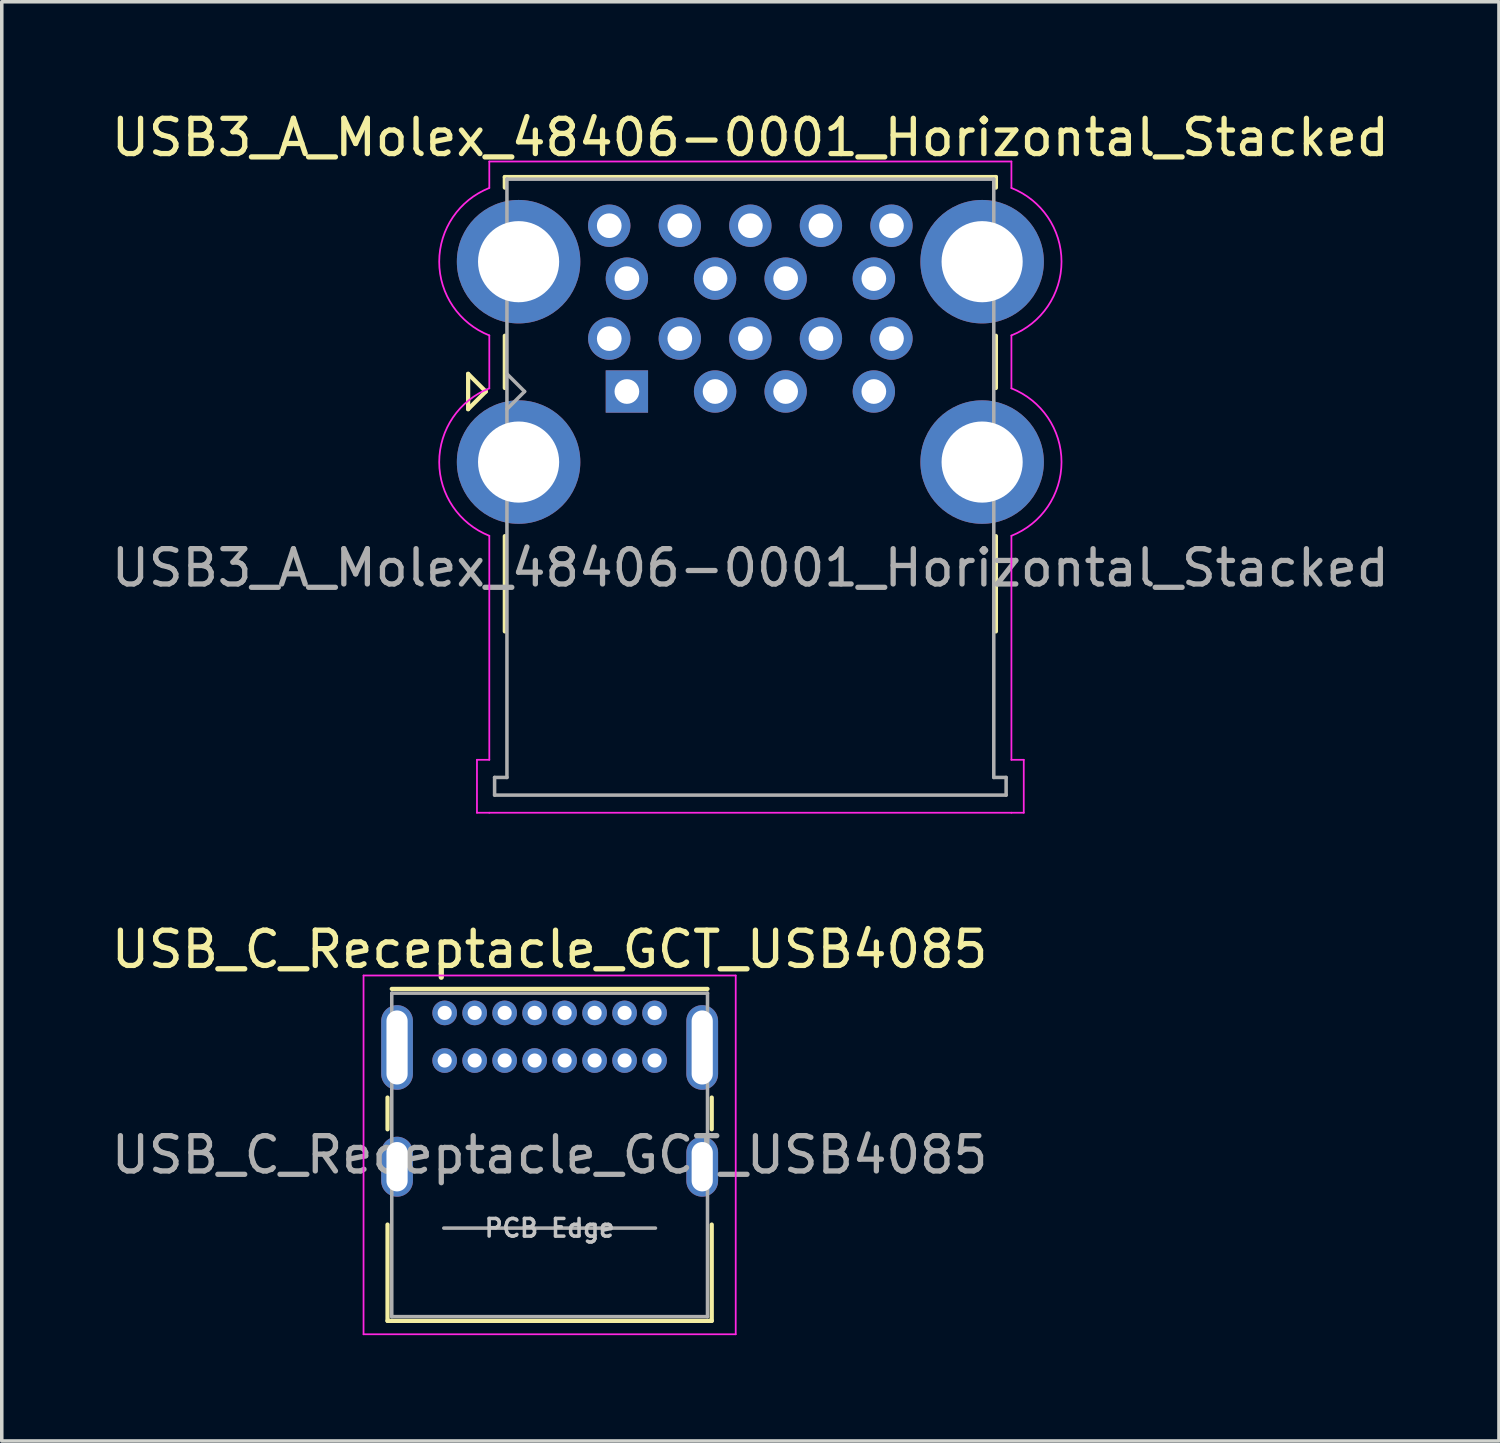
<source format=kicad_pcb>
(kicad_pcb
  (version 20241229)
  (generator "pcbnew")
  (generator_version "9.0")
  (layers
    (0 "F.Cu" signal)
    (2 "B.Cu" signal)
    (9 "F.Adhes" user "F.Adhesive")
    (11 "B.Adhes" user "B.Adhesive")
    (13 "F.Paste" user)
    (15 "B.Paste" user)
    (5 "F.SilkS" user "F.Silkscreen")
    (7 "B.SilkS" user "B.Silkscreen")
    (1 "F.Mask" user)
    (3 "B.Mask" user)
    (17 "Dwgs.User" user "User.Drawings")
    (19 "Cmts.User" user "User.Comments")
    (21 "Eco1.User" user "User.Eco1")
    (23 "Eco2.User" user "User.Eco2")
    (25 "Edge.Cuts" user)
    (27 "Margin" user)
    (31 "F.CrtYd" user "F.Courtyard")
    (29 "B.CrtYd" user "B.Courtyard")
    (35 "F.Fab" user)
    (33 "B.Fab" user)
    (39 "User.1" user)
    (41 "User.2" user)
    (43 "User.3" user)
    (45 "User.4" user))
  (footprint "USB3_A_Molex_48406-0001_Horizontal_Stacked"
    (layer "F.Cu")
    (at 14.72 8.048)
    (property "Reference" "USB3_A_Molex_48406-0001_Horizontal_Stacked" (at 3.5 -7.2 0) (layer "F.SilkS") (effects (font (size 1 1) (thickness 0.15))))
    (attr through_hole)
    (fp_line (start -4.5 -0.5) (end -4.5 0.5) (stroke (width 0.12) (type solid)) (layer "F.SilkS"))
    (fp_line (start -4.5 0.5) (end -4 0) (stroke (width 0.12) (type solid)) (layer "F.SilkS"))
    (fp_line (start -4 0) (end -4.5 -0.5) (stroke (width 0.12) (type solid)) (layer "F.SilkS"))
    (fp_line (start -3.46 -6.08) (end -3.46 -5.78) (stroke (width 0.12) (type solid)) (layer "F.SilkS"))
    (fp_line (start -3.46 -6.08) (end 10.46 -6.08) (stroke (width 0.12) (type solid)) (layer "F.SilkS"))
    (fp_line (start -3.46 -0.1) (end -3.46 -1.58) (stroke (width 0.12) (type solid)) (layer "F.SilkS"))
    (fp_line (start -3.46 6.8) (end -3.46 4.1) (stroke (width 0.12) (type solid)) (layer "F.SilkS"))
    (fp_line (start 10.46 -6.08) (end 10.46 -5.78) (stroke (width 0.12) (type solid)) (layer "F.SilkS"))
    (fp_line (start 10.46 -0.1) (end 10.46 -1.58) (stroke (width 0.12) (type solid)) (layer "F.SilkS"))
    (fp_line (start 10.46 6.8) (end 10.46 4.1) (stroke (width 0.12) (type solid)) (layer "F.SilkS"))
    (fp_line (start -4.25 10.44) (end -3.9 10.44) (stroke (width 0.05) (type solid)) (layer "F.CrtYd"))
    (fp_line (start -4.25 11.94) (end -4.25 10.44) (stroke (width 0.05) (type solid)) (layer "F.CrtYd"))
    (fp_line (start -3.9 -6.52) (end 10.9 -6.52) (stroke (width 0.05) (type solid)) (layer "F.CrtYd"))
    (fp_line (start -3.9 -5.77) (end -3.9 -6.52) (stroke (width 0.05) (type solid)) (layer "F.CrtYd"))
    (fp_line (start -3.9 -0.09) (end -3.9 -1.59) (stroke (width 0.05) (type solid)) (layer "F.CrtYd"))
    (fp_line (start -3.9 10.44) (end -3.9 4.09) (stroke (width 0.05) (type solid)) (layer "F.CrtYd"))
    (fp_line (start -3.9 11.94) (end -4.25 11.94) (stroke (width 0.05) (type solid)) (layer "F.CrtYd"))
    (fp_line (start -3.9 11.94) (end 10.9 11.94) (stroke (width 0.05) (type solid)) (layer "F.CrtYd"))
    (fp_line (start 10.9 -6.52) (end 10.9 -5.77) (stroke (width 0.05) (type solid)) (layer "F.CrtYd"))
    (fp_line (start 10.9 -1.59) (end 10.9 -0.09) (stroke (width 0.05) (type solid)) (layer "F.CrtYd"))
    (fp_line (start 10.9 4.09) (end 10.9 10.44) (stroke (width 0.05) (type solid)) (layer "F.CrtYd"))
    (fp_line (start 10.9 11.94) (end 11.25 11.94) (stroke (width 0.05) (type solid)) (layer "F.CrtYd"))
    (fp_line (start 11.25 10.44) (end 10.9 10.44) (stroke (width 0.05) (type solid)) (layer "F.CrtYd"))
    (fp_line (start 11.25 11.94) (end 11.25 10.44) (stroke (width 0.05) (type solid)) (layer "F.CrtYd"))
    (fp_arc (start -3.9 -1.59) (mid -5.32 -3.68) (end -3.9 -5.77) (stroke (width 0.05) (type solid)) (layer "F.CrtYd"))
    (fp_arc (start -3.9 4.09) (mid -5.32 2) (end -3.9 -0.09) (stroke (width 0.05) (type solid)) (layer "F.CrtYd"))
    (fp_arc (start 10.9 -5.77) (mid 12.32 -3.68) (end 10.9 -1.59) (stroke (width 0.05) (type solid)) (layer "F.CrtYd"))
    (fp_arc (start 10.9 -0.09) (mid 12.32 2) (end 10.9 4.09) (stroke (width 0.05) (type solid)) (layer "F.CrtYd"))
    (fp_line (start -3.75 10.94) (end -3.4 10.94) (stroke (width 0.1) (type default)) (layer "F.Fab"))
    (fp_line (start -3.75 11.44) (end -3.75 10.94) (stroke (width 0.1) (type default)) (layer "F.Fab"))
    (fp_line (start -3.4 -6.02) (end 10.4 -6.02) (stroke (width 0.1) (type solid)) (layer "F.Fab"))
    (fp_line (start -3.4 0.5) (end -2.9 0) (stroke (width 0.1) (type solid)) (layer "F.Fab"))
    (fp_line (start -3.4 10.94) (end -3.4 -6.02) (stroke (width 0.1) (type solid)) (layer "F.Fab"))
    (fp_line (start -2.9 0) (end -3.4 -0.5) (stroke (width 0.1) (type solid)) (layer "F.Fab"))
    (fp_line (start 10.4 -6.02) (end 10.4 10.94) (stroke (width 0.1) (type solid)) (layer "F.Fab"))
    (fp_line (start 10.75 10.94) (end 10.4 10.94) (stroke (width 0.1) (type default)) (layer "F.Fab"))
    (fp_line (start 10.75 11.44) (end -3.75 11.44) (stroke (width 0.1) (type solid)) (layer "F.Fab"))
    (fp_line (start 10.75 11.44) (end 10.75 10.94) (stroke (width 0.1) (type default)) (layer "F.Fab"))
    (fp_text user "${REFERENCE}" (at 3.5 5 0) (layer "F.Fab") (effects (font (size 1 1) (thickness 0.15))))
    (pad "1" thru_hole rect (at 0 0) (size 1.2 1.2) (drill 0.7) (layers "*.Cu" "*.Mask"))
    (pad "2" thru_hole circle (at 2.5 0) (size 1.2 1.2) (drill 0.7) (layers "*.Cu" "*.Mask"))
    (pad "3" thru_hole circle (at 4.5 0) (size 1.2 1.2) (drill 0.7) (layers "*.Cu" "*.Mask"))
    (pad "4" thru_hole circle (at 7 0) (size 1.2 1.2) (drill 0.7) (layers "*.Cu" "*.Mask"))
    (pad "5" thru_hole circle (at 7.5 -1.5) (size 1.2 1.2) (drill 0.7) (layers "*.Cu" "*.Mask"))
    (pad "6" thru_hole circle (at 5.5 -1.5) (size 1.2 1.2) (drill 0.7) (layers "*.Cu" "*.Mask"))
    (pad "7" thru_hole circle (at 3.5 -1.5) (size 1.2 1.2) (drill 0.7) (layers "*.Cu" "*.Mask"))
    (pad "8" thru_hole circle (at 1.5 -1.5) (size 1.2 1.2) (drill 0.7) (layers "*.Cu" "*.Mask"))
    (pad "9" thru_hole circle (at -0.5 -1.5) (size 1.2 1.2) (drill 0.7) (layers "*.Cu" "*.Mask"))
    (pad "10" thru_hole circle (at 0 -3.2) (size 1.2 1.2) (drill 0.7) (layers "*.Cu" "*.Mask"))
    (pad "11" thru_hole circle (at 2.5 -3.2) (size 1.2 1.2) (drill 0.7) (layers "*.Cu" "*.Mask"))
    (pad "12" thru_hole circle (at 4.5 -3.2) (size 1.2 1.2) (drill 0.7) (layers "*.Cu" "*.Mask"))
    (pad "13" thru_hole circle (at 7 -3.2) (size 1.2 1.2) (drill 0.7) (layers "*.Cu" "*.Mask"))
    (pad "14" thru_hole circle (at 7.5 -4.7) (size 1.2 1.2) (drill 0.7) (layers "*.Cu" "*.Mask"))
    (pad "15" thru_hole circle (at 5.5 -4.7) (size 1.2 1.2) (drill 0.7) (layers "*.Cu" "*.Mask"))
    (pad "16" thru_hole circle (at 3.5 -4.7) (size 1.2 1.2) (drill 0.7) (layers "*.Cu" "*.Mask"))
    (pad "17" thru_hole circle (at 1.5 -4.7) (size 1.2 1.2) (drill 0.7) (layers "*.Cu" "*.Mask"))
    (pad "18" thru_hole circle (at -0.5 -4.7) (size 1.2 1.2) (drill 0.7) (layers "*.Cu" "*.Mask"))
    (pad "19" thru_hole circle (at -3.07 -3.68) (size 3.5 3.5) (drill 2.3) (layers "*.Cu" "*.Mask"))
    (pad "19" thru_hole circle (at -3.07 2) (size 3.5 3.5) (drill 2.3) (layers "*.Cu" "*.Mask"))
    (pad "19" thru_hole circle (at 10.07 -3.68) (size 3.5 3.5) (drill 2.3) (layers "*.Cu" "*.Mask"))
    (pad "19" thru_hole circle (at 10.07 2) (size 3.5 3.5) (drill 2.3) (layers "*.Cu" "*.Mask")))
  (footprint "USB_C_Receptacle_GCT_USB4085"
    (layer "F.Cu")
    (at 9.555 25.662)
    (property "Reference" "USB_C_Receptacle_GCT_USB4085" (at 2.975 -1.8 0) (layer "F.SilkS") (effects (font (size 1 1) (thickness 0.15))))
    (attr through_hole)
    (fp_line (start -1.62 2.4) (end -1.62 3.3) (stroke (width 0.12) (type solid)) (layer "F.SilkS"))
    (fp_line (start -1.62 6) (end -1.62 8.73) (stroke (width 0.12) (type solid)) (layer "F.SilkS"))
    (fp_line (start -1.62 8.73) (end 7.57 8.73) (stroke (width 0.12) (type solid)) (layer "F.SilkS"))
    (fp_line (start -1.5 -0.68) (end 7.45 -0.68) (stroke (width 0.12) (type solid)) (layer "F.SilkS"))
    (fp_line (start 7.57 2.4) (end 7.57 3.3) (stroke (width 0.12) (type solid)) (layer "F.SilkS"))
    (fp_line (start 7.57 6) (end 7.57 8.73) (stroke (width 0.12) (type solid)) (layer "F.SilkS"))
    (fp_line (start -2.3 -1.06) (end -2.3 9.11) (stroke (width 0.05) (type solid)) (layer "F.CrtYd"))
    (fp_line (start -2.3 -1.06) (end 8.25 -1.06) (stroke (width 0.05) (type solid)) (layer "F.CrtYd"))
    (fp_line (start -2.3 9.11) (end 8.25 9.11) (stroke (width 0.05) (type solid)) (layer "F.CrtYd"))
    (fp_line (start 8.25 -1.06) (end 8.25 9.11) (stroke (width 0.05) (type solid)) (layer "F.CrtYd"))
    (fp_line (start -1.5 -0.56) (end -1.5 8.61) (stroke (width 0.1) (type solid)) (layer "F.Fab"))
    (fp_line (start -1.5 -0.56) (end 7.45 -0.56) (stroke (width 0.1) (type solid)) (layer "F.Fab"))
    (fp_line (start -1.5 8.61) (end 7.45 8.61) (stroke (width 0.1) (type solid)) (layer "F.Fab"))
    (fp_line (start -0.025 6.1) (end 5.975 6.1) (stroke (width 0.1) (type solid)) (layer "F.Fab"))
    (fp_line (start 7.45 -0.56) (end 7.45 8.61) (stroke (width 0.1) (type solid)) (layer "F.Fab"))
    (fp_text user "PCB Edge" (at 2.975 6.1 0) (layer "Dwgs.User") (effects (font (size 0.5 0.5) (thickness 0.1))))
    (fp_text user "${REFERENCE}" (at 2.975 4.025 0) (layer "F.Fab") (effects (font (size 1 1) (thickness 0.15))))
    (pad "A1" thru_hole circle (at 0 0) (size 0.7 0.7) (drill 0.4) (layers "*.Cu" "*.Mask"))
    (pad "A4" thru_hole circle (at 0.85 0) (size 0.7 0.7) (drill 0.4) (layers "*.Cu" "*.Mask"))
    (pad "A5" thru_hole circle (at 1.7 0) (size 0.7 0.7) (drill 0.4) (layers "*.Cu" "*.Mask"))
    (pad "A6" thru_hole circle (at 2.55 0) (size 0.7 0.7) (drill 0.4) (layers "*.Cu" "*.Mask"))
    (pad "A7" thru_hole circle (at 3.4 0) (size 0.7 0.7) (drill 0.4) (layers "*.Cu" "*.Mask"))
    (pad "A8" thru_hole circle (at 4.25 0) (size 0.7 0.7) (drill 0.4) (layers "*.Cu" "*.Mask"))
    (pad "A9" thru_hole circle (at 5.1 0) (size 0.7 0.7) (drill 0.4) (layers "*.Cu" "*.Mask"))
    (pad "A12" thru_hole circle (at 5.95 0) (size 0.7 0.7) (drill 0.4) (layers "*.Cu" "*.Mask"))
    (pad "B1" thru_hole circle (at 5.95 1.35) (size 0.7 0.7) (drill 0.4) (layers "*.Cu" "*.Mask"))
    (pad "B4" thru_hole circle (at 5.1 1.35) (size 0.7 0.7) (drill 0.4) (layers "*.Cu" "*.Mask"))
    (pad "B5" thru_hole circle (at 4.25 1.35) (size 0.7 0.7) (drill 0.4) (layers "*.Cu" "*.Mask"))
    (pad "B6" thru_hole circle (at 3.4 1.35) (size 0.7 0.7) (drill 0.4) (layers "*.Cu" "*.Mask"))
    (pad "B7" thru_hole circle (at 2.55 1.35) (size 0.7 0.7) (drill 0.4) (layers "*.Cu" "*.Mask"))
    (pad "B8" thru_hole circle (at 1.7 1.35) (size 0.7 0.7) (drill 0.4) (layers "*.Cu" "*.Mask"))
    (pad "B9" thru_hole circle (at 0.85 1.35) (size 0.7 0.7) (drill 0.4) (layers "*.Cu" "*.Mask"))
    (pad "B12" thru_hole circle (at 0 1.35) (size 0.7 0.7) (drill 0.4) (layers "*.Cu" "*.Mask"))
    (pad "S1" thru_hole oval (at -1.35 0.98) (size 0.9 2.4) (drill oval 0.6 2.1) (layers "*.Cu" "*.Mask"))
    (pad "S1" thru_hole oval (at -1.35 4.36) (size 0.9 1.7) (drill oval 0.6 1.4) (layers "*.Cu" "*.Mask"))
    (pad "S1" thru_hole oval (at 7.3 0.98) (size 0.9 2.4) (drill oval 0.6 2.1) (layers "*.Cu" "*.Mask"))
    (pad "S1" thru_hole oval (at 7.3 4.36) (size 0.9 1.7) (drill oval 0.6 1.4) (layers "*.Cu" "*.Mask")))
  (gr_rect
    (start -3 -3)
    (end 39.44 37.797)
    (stroke (width 0.1) (type default))
    (fill no)
    (layer "Edge.Cuts")))
</source>
